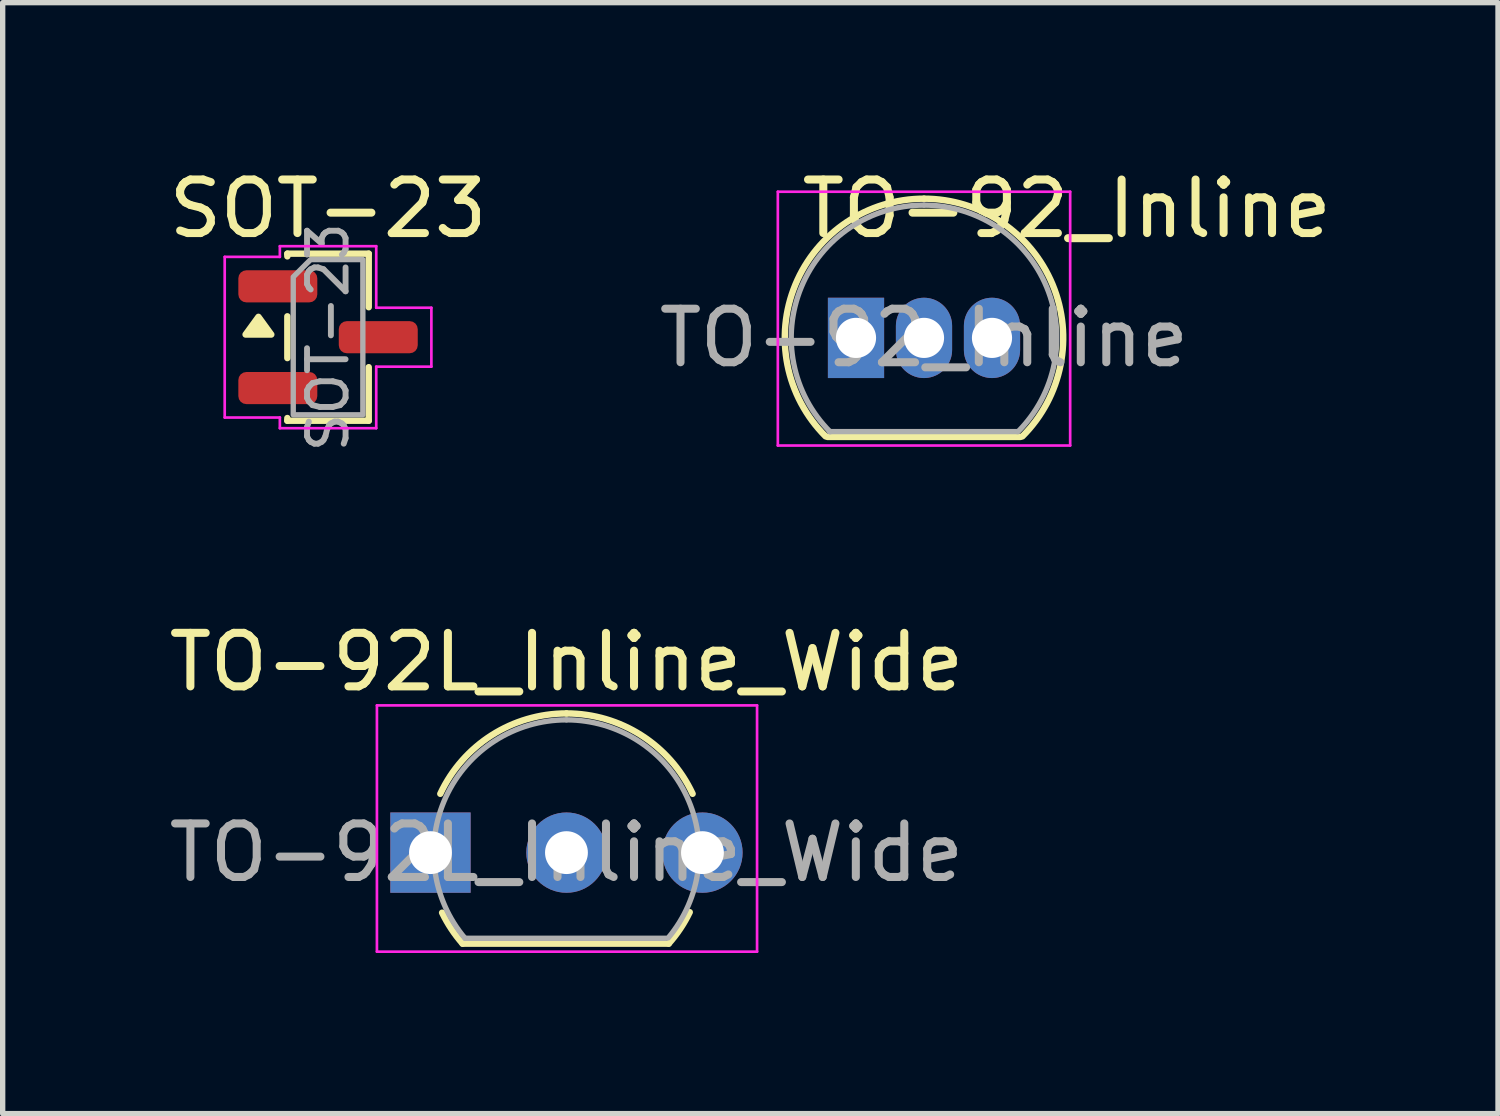
<source format=kicad_pcb>
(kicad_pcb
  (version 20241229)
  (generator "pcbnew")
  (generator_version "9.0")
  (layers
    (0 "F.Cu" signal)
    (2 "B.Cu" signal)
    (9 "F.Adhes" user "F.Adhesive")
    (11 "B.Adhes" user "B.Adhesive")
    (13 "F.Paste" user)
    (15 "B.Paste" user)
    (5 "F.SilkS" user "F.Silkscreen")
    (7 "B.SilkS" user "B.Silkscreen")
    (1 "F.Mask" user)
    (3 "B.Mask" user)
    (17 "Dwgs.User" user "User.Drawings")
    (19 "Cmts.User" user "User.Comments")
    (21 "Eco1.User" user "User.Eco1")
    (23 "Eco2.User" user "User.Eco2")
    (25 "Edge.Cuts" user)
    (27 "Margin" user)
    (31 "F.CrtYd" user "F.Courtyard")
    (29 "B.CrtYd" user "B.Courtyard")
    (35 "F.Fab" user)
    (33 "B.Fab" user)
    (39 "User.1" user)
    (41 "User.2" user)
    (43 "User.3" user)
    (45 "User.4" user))
  (footprint "TO-92_Inline"
    (layer "F.Cu")
    (at 12.938 3.261)
    (property "Reference" "TO-92_Inline" (at 3.937 -2.413 0) (layer "F.SilkS") (effects (font (size 1 1) (thickness 0.15))))
    (attr through_hole)
    (fp_line (start -0.53 1.85) (end 3.07 1.85) (stroke (width 0.12) (type solid)) (layer "F.SilkS"))
    (fp_arc (start -0.568478 1.838478) (mid -1.132087 -0.994977) (end 1.27 -2.6) (stroke (width 0.12) (type solid)) (layer "F.SilkS"))
    (fp_arc (start 1.27 -2.6) (mid 3.672087 -0.994977) (end 3.108478 1.838478) (stroke (width 0.12) (type solid)) (layer "F.SilkS"))
    (fp_line (start -1.46 -2.73) (end -1.46 2.01) (stroke (width 0.05) (type solid)) (layer "F.CrtYd"))
    (fp_line (start -1.46 -2.73) (end 4 -2.73) (stroke (width 0.05) (type solid)) (layer "F.CrtYd"))
    (fp_line (start 4 2.01) (end -1.46 2.01) (stroke (width 0.05) (type solid)) (layer "F.CrtYd"))
    (fp_line (start 4 2.01) (end 4 -2.73) (stroke (width 0.05) (type solid)) (layer "F.CrtYd"))
    (fp_line (start -0.5 1.75) (end 3 1.75) (stroke (width 0.1) (type solid)) (layer "F.Fab"))
    (fp_arc (start -0.483625 1.753625) (mid -1.021221 -0.949055) (end 1.27 -2.48) (stroke (width 0.1) (type solid)) (layer "F.Fab"))
    (fp_arc (start 1.27 -2.48) (mid 3.561221 -0.949055) (end 3.023625 1.753625) (stroke (width 0.1) (type solid)) (layer "F.Fab"))
    (fp_text user "${REFERENCE}" (at 1.27 0 0) (layer "F.Fab") (effects (font (size 1 1) (thickness 0.15))))
    (pad "1" thru_hole rect (at 0 0) (size 1.05 1.5) (drill 0.75) (layers "*.Cu" "*.Mask"))
    (pad "2" thru_hole oval (at 1.27 0) (size 1.05 1.5) (drill 0.75) (layers "*.Cu" "*.Mask"))
    (pad "3" thru_hole oval (at 2.54 0) (size 1.05 1.5) (drill 0.75) (layers "*.Cu" "*.Mask")))
  (footprint "SOT-23"
    (layer "F.Cu")
    (at 3.077 3.248)
    (property "Reference" "SOT-23" (at 0 -2.4 180) (layer "F.SilkS") (effects (font (size 1 1) (thickness 0.15))))
    (attr smd)
    (fp_line (start -0.76 -1.56) (end 0.76 -1.56) (stroke (width 0.12) (type solid)) (layer "F.SilkS"))
    (fp_line (start -0.76 -1.51) (end -0.76 -1.56) (stroke (width 0.12) (type solid)) (layer "F.SilkS"))
    (fp_line (start -0.76 0.39) (end -0.76 -0.39) (stroke (width 0.12) (type solid)) (layer "F.SilkS"))
    (fp_line (start -0.76 1.56) (end -0.76 1.51) (stroke (width 0.12) (type solid)) (layer "F.SilkS"))
    (fp_line (start 0.76 -1.56) (end 0.76 -0.56) (stroke (width 0.12) (type solid)) (layer "F.SilkS"))
    (fp_line (start 0.76 0.56) (end 0.76 1.56) (stroke (width 0.12) (type solid)) (layer "F.SilkS"))
    (fp_line (start 0.76 1.56) (end -0.76 1.56) (stroke (width 0.12) (type solid)) (layer "F.SilkS"))
    (fp_poly (pts (xy -1.3 -0.38) (xy -1.06 -0.05) (xy -1.54 -0.05)) (stroke (width 0.12) (type solid)) (fill yes) (layer "F.SilkS"))
    (fp_line (start -1.93 -1.5) (end -0.9 -1.5) (stroke (width 0.05) (type solid)) (layer "F.CrtYd"))
    (fp_line (start -1.93 1.5) (end -1.93 -1.5) (stroke (width 0.05) (type solid)) (layer "F.CrtYd"))
    (fp_line (start -0.9 -1.7) (end 0.9 -1.7) (stroke (width 0.05) (type solid)) (layer "F.CrtYd"))
    (fp_line (start -0.9 -1.5) (end -0.9 -1.7) (stroke (width 0.05) (type solid)) (layer "F.CrtYd"))
    (fp_line (start -0.9 1.5) (end -1.93 1.5) (stroke (width 0.05) (type solid)) (layer "F.CrtYd"))
    (fp_line (start -0.9 1.7) (end -0.9 1.5) (stroke (width 0.05) (type solid)) (layer "F.CrtYd"))
    (fp_line (start 0.9 -1.7) (end 0.9 -0.55) (stroke (width 0.05) (type solid)) (layer "F.CrtYd"))
    (fp_line (start 0.9 -0.55) (end 1.93 -0.55) (stroke (width 0.05) (type solid)) (layer "F.CrtYd"))
    (fp_line (start 0.9 0.55) (end 0.9 1.7) (stroke (width 0.05) (type solid)) (layer "F.CrtYd"))
    (fp_line (start 0.9 1.7) (end -0.9 1.7) (stroke (width 0.05) (type solid)) (layer "F.CrtYd"))
    (fp_line (start 1.93 -0.55) (end 1.93 0.55) (stroke (width 0.05) (type solid)) (layer "F.CrtYd"))
    (fp_line (start 1.93 0.55) (end 0.9 0.55) (stroke (width 0.05) (type solid)) (layer "F.CrtYd"))
    (fp_poly (pts (xy -0.65 -1.125) (xy -0.65 1.45) (xy 0.65 1.45) (xy 0.65 -1.45) (xy -0.325 -1.45)) (stroke (width 0.1) (type solid)) (fill no) (layer "F.Fab"))
    (fp_text user "${REFERENCE}" (at 0 0 90) (layer "F.Fab") (effects (font (size 0.72 0.72) (thickness 0.11))))
    (pad "1" smd roundrect (at -0.938 -0.95) (size 1.475 0.6) (layers "F.Cu" "F.Mask" "F.Paste") (roundrect_rratio 0.25))
    (pad "2" smd roundrect (at -0.938 0.95) (size 1.475 0.6) (layers "F.Cu" "F.Mask" "F.Paste") (roundrect_rratio 0.25))
    (pad "3" smd roundrect (at 0.938 0) (size 1.475 0.6) (layers "F.Cu" "F.Mask" "F.Paste") (roundrect_rratio 0.25)))
  (footprint "TO-92L_Inline_Wide"
    (layer "F.Cu")
    (at 4.99 12.875)
    (property "Reference" "TO-92L_Inline_Wide" (at 2.54 -3.56 0) (layer "F.SilkS") (effects (font (size 1 1) (thickness 0.15))))
    (attr through_hole)
    (fp_line (start 0.6 1.7) (end 4.45 1.7) (stroke (width 0.12) (type solid)) (layer "F.SilkS"))
    (fp_arc (start 0.1836 -1.098807) (mid 1.143021 -2.192817) (end 2.54 -2.6) (stroke (width 0.12) (type solid)) (layer "F.SilkS"))
    (fp_arc (start 0.6 1.7) (mid 0.389183 1.423933) (end 0.217369 1.122045) (stroke (width 0.12) (type solid)) (layer "F.SilkS"))
    (fp_arc (start 2.54 -2.6) (mid 3.936979 -2.192818) (end 4.8964 -1.098807) (stroke (width 0.12) (type solid)) (layer "F.SilkS"))
    (fp_arc (start 4.842383 1.112264) (mid 4.666594 1.419753) (end 4.45 1.7) (stroke (width 0.12) (type solid)) (layer "F.SilkS"))
    (fp_line (start -1 -2.75) (end -1 1.85) (stroke (width 0.05) (type solid)) (layer "F.CrtYd"))
    (fp_line (start -1 -2.75) (end 6.1 -2.75) (stroke (width 0.05) (type solid)) (layer "F.CrtYd"))
    (fp_line (start 6.1 1.85) (end -1 1.85) (stroke (width 0.05) (type solid)) (layer "F.CrtYd"))
    (fp_line (start 6.1 1.85) (end 6.1 -2.75) (stroke (width 0.05) (type solid)) (layer "F.CrtYd"))
    (fp_line (start 0.65 1.6) (end 4.4 1.6) (stroke (width 0.1) (type solid)) (layer "F.Fab"))
    (fp_arc (start 0.647182 1.602385) (mid 0.290076 -1.043188) (end 2.54 -2.48) (stroke (width 0.1) (type solid)) (layer "F.Fab"))
    (fp_arc (start 2.54 -2.48) (mid 4.787211 -1.049019) (end 4.441103 1.592547) (stroke (width 0.1) (type solid)) (layer "F.Fab"))
    (fp_text user "${REFERENCE}" (at 2.54 0 0) (layer "F.Fab") (effects (font (size 1 1) (thickness 0.15))))
    (pad "1" thru_hole rect (at 0 0) (size 1.5 1.5) (drill 0.8) (layers "*.Cu" "*.Mask"))
    (pad "2" thru_hole circle (at 2.54 0) (size 1.5 1.5) (drill 0.8) (layers "*.Cu" "*.Mask"))
    (pad "3" thru_hole circle (at 5.08 0) (size 1.5 1.5) (drill 0.8) (layers "*.Cu" "*.Mask")))
  (gr_rect
    (start -3 -3)
    (end 24.929 17.75)
    (stroke (width 0.1) (type default))
    (fill no)
    (layer "Edge.Cuts")))
</source>
